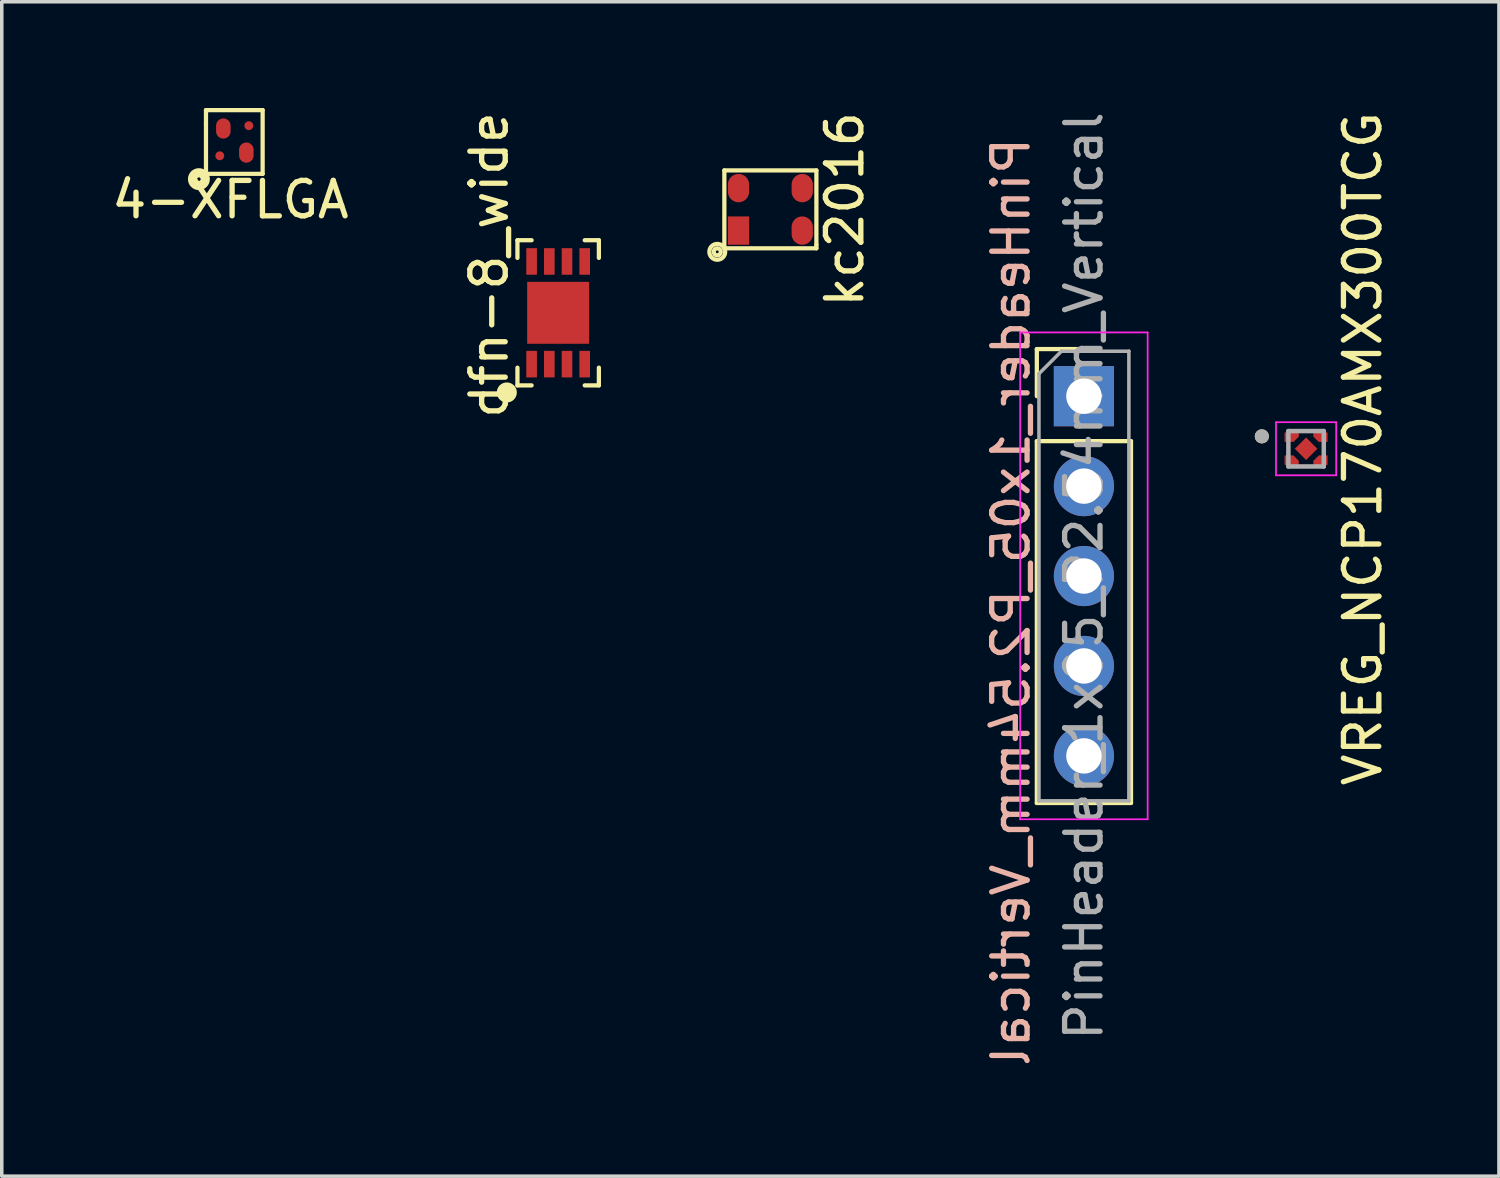
<source format=kicad_pcb>
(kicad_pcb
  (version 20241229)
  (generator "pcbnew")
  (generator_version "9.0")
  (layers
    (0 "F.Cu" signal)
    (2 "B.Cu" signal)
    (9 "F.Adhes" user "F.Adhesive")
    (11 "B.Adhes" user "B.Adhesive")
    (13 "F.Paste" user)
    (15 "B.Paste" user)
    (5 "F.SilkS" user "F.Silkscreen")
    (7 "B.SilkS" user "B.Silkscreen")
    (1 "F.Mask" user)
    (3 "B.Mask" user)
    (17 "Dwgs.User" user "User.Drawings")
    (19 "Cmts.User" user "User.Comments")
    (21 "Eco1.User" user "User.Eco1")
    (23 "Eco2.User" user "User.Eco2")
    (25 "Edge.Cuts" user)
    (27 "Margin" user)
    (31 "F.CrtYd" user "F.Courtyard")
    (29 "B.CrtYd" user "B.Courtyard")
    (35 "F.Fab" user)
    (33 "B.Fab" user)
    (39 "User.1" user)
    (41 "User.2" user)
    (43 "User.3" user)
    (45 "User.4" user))
  (footprint "PinHeader_1x05_P2.54mm_Vertical"
    (layer "F.Cu")
    (at 27.565 8.14)
    (property "Reference" "PinHeader_1x05_P2.54mm_Vertical" (at -2.06 5.81 270) (layer "B.SilkS") (effects (font (size 1 1) (thickness 0.15)) (justify mirror)))
    (attr through_hole)
    (fp_line (start -1.33 -1.33) (end 0 -1.33) (stroke (width 0.12) (type solid)) (layer "F.SilkS"))
    (fp_line (start -1.33 0) (end -1.33 -1.33) (stroke (width 0.12) (type solid)) (layer "F.SilkS"))
    (fp_line (start -1.33 1.27) (end -1.33 11.49) (stroke (width 0.12) (type solid)) (layer "F.SilkS"))
    (fp_line (start -1.33 1.27) (end 1.33 1.27) (stroke (width 0.12) (type solid)) (layer "F.SilkS"))
    (fp_line (start -1.33 11.49) (end 1.33 11.49) (stroke (width 0.12) (type solid)) (layer "F.SilkS"))
    (fp_line (start 1.33 1.27) (end 1.33 11.49) (stroke (width 0.12) (type solid)) (layer "F.SilkS"))
    (fp_line (start -1.8 -1.8) (end -1.8 11.95) (stroke (width 0.05) (type solid)) (layer "F.CrtYd"))
    (fp_line (start -1.8 11.95) (end 1.8 11.95) (stroke (width 0.05) (type solid)) (layer "F.CrtYd"))
    (fp_line (start 1.8 -1.8) (end -1.8 -1.8) (stroke (width 0.05) (type solid)) (layer "F.CrtYd"))
    (fp_line (start 1.8 11.95) (end 1.8 -1.8) (stroke (width 0.05) (type solid)) (layer "F.CrtYd"))
    (fp_line (start -1.27 -0.635) (end -0.635 -1.27) (stroke (width 0.1) (type solid)) (layer "F.Fab"))
    (fp_line (start -1.27 11.43) (end -1.27 -0.635) (stroke (width 0.1) (type solid)) (layer "F.Fab"))
    (fp_line (start -0.635 -1.27) (end 1.27 -1.27) (stroke (width 0.1) (type solid)) (layer "F.Fab"))
    (fp_line (start 1.27 -1.27) (end 1.27 11.43) (stroke (width 0.1) (type solid)) (layer "F.Fab"))
    (fp_line (start 1.27 11.43) (end -1.27 11.43) (stroke (width 0.1) (type solid)) (layer "F.Fab"))
    (fp_text user "${REFERENCE}" (at 0 5.08 90) (layer "F.Fab") (effects (font (size 1 1) (thickness 0.15))))
    (pad "1" thru_hole rect (at 0 0) (size 1.7 1.7) (drill 1) (layers "*.Cu" "*.Mask"))
    (pad "2" thru_hole oval (at 0 2.54) (size 1.7 1.7) (drill 1) (layers "*.Cu" "*.Mask"))
    (pad "3" thru_hole oval (at 0 5.08) (size 1.7 1.7) (drill 1) (layers "*.Cu" "*.Mask"))
    (pad "4" thru_hole oval (at 0 7.62) (size 1.7 1.7) (drill 1) (layers "*.Cu" "*.Mask"))
    (pad "5" thru_hole oval (at 0 10.16) (size 1.7 1.7) (drill 1) (layers "*.Cu" "*.Mask")))
  (footprint "4-XFLGA"
    (layer "F.Cu")
    (at 3.558 0.99)
    (property "Reference" "4-XFLGA" (at -0.1 1.6 0) (layer "F.SilkS") (effects (font (size 1 1) (thickness 0.15))))
    (attr through_hole)
    (fp_line (start -0.79 -0.93) (end -0.79 -0.53) (stroke (width 0.12) (type solid)) (layer "F.SilkS"))
    (fp_line (start -0.79 -0.53) (end -0.79 0.87) (stroke (width 0.12) (type solid)) (layer "F.SilkS"))
    (fp_line (start -0.79 0.87) (end 0.81 0.87) (stroke (width 0.12) (type solid)) (layer "F.SilkS"))
    (fp_line (start 0.81 -0.93) (end -0.79 -0.93) (stroke (width 0.12) (type solid)) (layer "F.SilkS"))
    (fp_line (start 0.81 0.87) (end 0.81 -0.93) (stroke (width 0.12) (type solid)) (layer "F.SilkS"))
    (fp_circle (center -0.99 1.02) (end -0.99 0.77) (stroke (width 0.12) (type solid)) (fill no) (layer "F.SilkS"))
    (fp_circle (center -0.99 1.02) (end -0.99 0.87) (stroke (width 0.12) (type solid)) (fill no) (layer "F.SilkS"))
    (fp_circle (center -0.99 1.02) (end -0.99 0.97) (stroke (width 0.12) (type solid)) (fill no) (layer "F.SilkS"))
    (pad "1" smd oval (at -0.4 0.36) (size 0.25 0.25) (layers "F.Cu" "F.Mask" "F.Paste"))
    (pad "2" smd oval (at -0.3 -0.41 90) (size 0.57 0.41) (layers "F.Cu" "F.Mask" "F.Paste"))
    (pad "3" smd oval (at 0.42 -0.49) (size 0.25 0.25) (layers "F.Cu" "F.Mask" "F.Paste"))
    (pad "4" smd oval (at 0.35 0.27 90) (size 0.57 0.41) (layers "F.Cu" "F.Mask" "F.Paste")))
  (footprint "kc2016"
    (layer "F.Cu")
    (at 18.109 1.863)
    (property "Reference" "kc2016" (at 2.7 1 90) (layer "F.SilkS") (effects (font (size 1 1) (thickness 0.15))))
    (attr through_hole)
    (fp_line (start -0.7 -0.1) (end 1.9 -0.1) (stroke (width 0.12) (type solid)) (layer "F.SilkS"))
    (fp_line (start -0.7 2.1) (end -0.7 -0.1) (stroke (width 0.12) (type solid)) (layer "F.SilkS"))
    (fp_line (start -0.7 2.1) (end 1.9 2.1) (stroke (width 0.12) (type solid)) (layer "F.SilkS"))
    (fp_line (start 1.9 -0.1) (end 1.9 2) (stroke (width 0.12) (type solid)) (layer "F.SilkS"))
    (fp_line (start 1.9 2.1) (end 1.9 2) (stroke (width 0.12) (type solid)) (layer "F.SilkS"))
    (fp_circle (center -0.9 2.2) (end -1.1 2.1) (stroke (width 0.12) (type solid)) (fill no) (layer "F.SilkS"))
    (fp_circle (center -0.9 2.2) (end -1 2.2) (stroke (width 0.12) (type solid)) (fill no) (layer "F.SilkS"))
    (pad "1" smd rect (at -0.3 1.6) (size 0.6 0.8) (layers "F.Cu" "F.Mask" "F.Paste"))
    (pad "2" smd oval (at 1.5 1.6) (size 0.6 0.8) (layers "F.Cu" "F.Mask" "F.Paste"))
    (pad "3" smd oval (at 1.5 0.4) (size 0.6 0.8) (layers "F.Cu" "F.Mask" "F.Paste"))
    (pad "4" smd oval (at -0.3 0.4) (size 0.6 0.8) (layers "F.Cu" "F.Mask" "F.Paste")))
  (footprint "VREG_NCP170AMX300TCG"
    (layer "F.Cu")
    (at 33.84 9.625)
    (property "Reference" "VREG_NCP170AMX300TCG" (at 1.6 0 90) (layer "F.SilkS") (effects (font (size 1 1) (thickness 0.15))))
    (attr through_hole)
    (fp_poly (pts (xy -0.6 -0.455) (xy -0.21 -0.455) (xy -0.21 -0.345) (xy -0.36 -0.195) (xy -0.6 -0.195)) (stroke (width 0.01) (type solid)) (fill yes) (layer "F.Cu"))
    (fp_poly (pts (xy -0.6 0.455) (xy -0.21 0.455) (xy -0.21 0.345) (xy -0.36 0.195) (xy -0.6 0.195)) (stroke (width 0.01) (type solid)) (fill yes) (layer "F.Cu"))
    (fp_poly (pts (xy 0.6 -0.455) (xy 0.21 -0.455) (xy 0.21 -0.345) (xy 0.36 -0.195) (xy 0.6 -0.195)) (stroke (width 0.01) (type solid)) (fill yes) (layer "F.Cu"))
    (fp_poly (pts (xy 0.6 0.455) (xy 0.21 0.455) (xy 0.21 0.345) (xy 0.36 0.195) (xy 0.6 0.195)) (stroke (width 0.01) (type solid)) (fill yes) (layer "F.Cu"))
    (fp_poly (pts (xy -0.65 -0.505) (xy -0.16 -0.505) (xy -0.16 -0.32) (xy -0.335 -0.145) (xy -0.65 -0.145)) (stroke (width 0.01) (type solid)) (fill yes) (layer "F.Mask"))
    (fp_poly (pts (xy -0.65 0.505) (xy -0.16 0.505) (xy -0.16 0.32) (xy -0.335 0.145) (xy -0.65 0.145)) (stroke (width 0.01) (type solid)) (fill yes) (layer "F.Mask"))
    (fp_poly (pts (xy 0.65 -0.505) (xy 0.16 -0.505) (xy 0.16 -0.32) (xy 0.335 -0.145) (xy 0.65 -0.145)) (stroke (width 0.01) (type solid)) (fill yes) (layer "F.Mask"))
    (fp_poly (pts (xy 0.65 0.505) (xy 0.16 0.505) (xy 0.16 0.32) (xy 0.335 0.145) (xy 0.65 0.145)) (stroke (width 0.01) (type solid)) (fill yes) (layer "F.Mask"))
    (fp_circle (center -1.25 -0.35) (end -1.15 -0.35) (stroke (width 0.2) (type solid)) (fill no) (layer "F.SilkS"))
    (fp_poly (pts (xy -0.6 -0.455) (xy -0.21 -0.455) (xy -0.21 -0.345) (xy -0.36 -0.195) (xy -0.6 -0.195)) (stroke (width 0.01) (type solid)) (fill yes) (layer "F.Paste"))
    (fp_poly (pts (xy -0.6 0.455) (xy -0.21 0.455) (xy -0.21 0.345) (xy -0.36 0.195) (xy -0.6 0.195)) (stroke (width 0.01) (type solid)) (fill yes) (layer "F.Paste"))
    (fp_poly (pts (xy 0.6 -0.455) (xy 0.21 -0.455) (xy 0.21 -0.345) (xy 0.36 -0.195) (xy 0.6 -0.195)) (stroke (width 0.01) (type solid)) (fill yes) (layer "F.Paste"))
    (fp_poly (pts (xy 0.6 0.455) (xy 0.21 0.455) (xy 0.21 0.345) (xy 0.36 0.195) (xy 0.6 0.195)) (stroke (width 0.01) (type solid)) (fill yes) (layer "F.Paste"))
    (fp_line (start -0.85 -0.75) (end 0.85 -0.75) (stroke (width 0.05) (type solid)) (layer "F.CrtYd"))
    (fp_line (start -0.85 0.75) (end -0.85 -0.75) (stroke (width 0.05) (type solid)) (layer "F.CrtYd"))
    (fp_line (start 0.85 -0.75) (end 0.85 0.75) (stroke (width 0.05) (type solid)) (layer "F.CrtYd"))
    (fp_line (start 0.85 0.75) (end -0.85 0.75) (stroke (width 0.05) (type solid)) (layer "F.CrtYd"))
    (fp_line (start -0.5 -0.5) (end -0.5 0.5) (stroke (width 0.127) (type solid)) (layer "F.Fab"))
    (fp_line (start -0.5 0.5) (end 0.5 0.5) (stroke (width 0.127) (type solid)) (layer "F.Fab"))
    (fp_line (start 0.5 -0.5) (end -0.5 -0.5) (stroke (width 0.127) (type solid)) (layer "F.Fab"))
    (fp_line (start 0.5 0.5) (end 0.5 -0.5) (stroke (width 0.127) (type solid)) (layer "F.Fab"))
    (fp_circle (center -1.25 -0.35) (end -1.15 -0.35) (stroke (width 0.2) (type solid)) (fill no) (layer "F.Fab"))
    (pad "1" smd rect (at -0.405 -0.325) (size 0.1 0.1) (layers "F.Cu"))
    (pad "2" smd rect (at -0.405 0.325) (size 0.1 0.1) (layers "F.Cu"))
    (pad "3" smd rect (at 0.405 0.325) (size 0.1 0.1) (layers "F.Cu"))
    (pad "4" smd rect (at 0.405 -0.325) (size 0.1 0.1) (layers "F.Cu"))
    (pad "5" smd rect (at 0 0 45) (size 0.45 0.45) (layers "F.Cu" "F.Mask" "F.Paste")))
  (footprint "dfn-8_wide"
    (layer "F.Cu")
    (at 12.665 5.935)
    (property "Reference" "dfn-8_wide" (at -1.9 -1.5 90) (layer "F.SilkS") (effects (font (size 1 1) (thickness 0.15))))
    (attr through_hole)
    (fp_line (start -1.4 2.1) (end -1.3 2.1) (stroke (width 0.12) (type solid)) (layer "F.SilkS"))
    (fp_line (start -1.1 -2.2) (end -1.1 -1.7) (stroke (width 0.12) (type solid)) (layer "F.SilkS"))
    (fp_line (start -1.1 1.9) (end -1.1 1.4) (stroke (width 0.12) (type solid)) (layer "F.SilkS"))
    (fp_line (start -0.7 -2.2) (end -1.1 -2.2) (stroke (width 0.12) (type solid)) (layer "F.SilkS"))
    (fp_line (start -0.7 1.9) (end -1.1 1.9) (stroke (width 0.12) (type solid)) (layer "F.SilkS"))
    (fp_line (start 0.8 -2.2) (end 1.2 -2.2) (stroke (width 0.12) (type solid)) (layer "F.SilkS"))
    (fp_line (start 1.2 -2.2) (end 1.2 -1.7) (stroke (width 0.12) (type solid)) (layer "F.SilkS"))
    (fp_line (start 1.2 1.4) (end 1.2 1.9) (stroke (width 0.12) (type solid)) (layer "F.SilkS"))
    (fp_line (start 1.2 1.9) (end 0.8 1.9) (stroke (width 0.12) (type solid)) (layer "F.SilkS"))
    (fp_circle (center -1.4 2.1) (end -1.3 2) (stroke (width 0.12) (type solid)) (fill no) (layer "F.SilkS"))
    (fp_circle (center -1.4 2.1) (end -1.3 2.1) (stroke (width 0.12) (type solid)) (fill no) (layer "F.SilkS"))
    (fp_circle (center -1.4 2.1) (end -1.2 2) (stroke (width 0.12) (type solid)) (fill no) (layer "F.SilkS"))
    (pad "1" smd rect (at -0.7 1.3) (size 0.3 0.75) (layers "F.Cu" "F.Mask" "F.Paste"))
    (pad "2" smd rect (at -0.2 1.3) (size 0.3 0.75) (layers "F.Cu" "F.Mask" "F.Paste"))
    (pad "3" smd rect (at 0.3 1.3) (size 0.3 0.75) (layers "F.Cu" "F.Mask" "F.Paste"))
    (pad "4" smd rect (at 0.8 1.3) (size 0.3 0.75) (layers "F.Cu" "F.Mask" "F.Paste"))
    (pad "5" smd rect (at 0.8 -1.6) (size 0.3 0.75) (layers "F.Cu" "F.Mask" "F.Paste"))
    (pad "6" smd rect (at 0.3 -1.6) (size 0.3 0.75) (layers "F.Cu" "F.Mask" "F.Paste"))
    (pad "7" smd rect (at -0.2 -1.6) (size 0.3 0.75) (layers "F.Cu" "F.Mask" "F.Paste"))
    (pad "8" smd rect (at -0.7 -1.6) (size 0.3 0.75) (layers "F.Cu" "F.Mask" "F.Paste"))
    (pad "9" smd rect (at 0.05 -0.15) (size 1.75 1.75) (layers "F.Cu" "F.Mask" "F.Paste")))
  (gr_rect
    (start -3 -3)
    (end 39.288 30.17)
    (stroke (width 0.1) (type default))
    (fill no)
    (layer "Edge.Cuts")))
</source>
